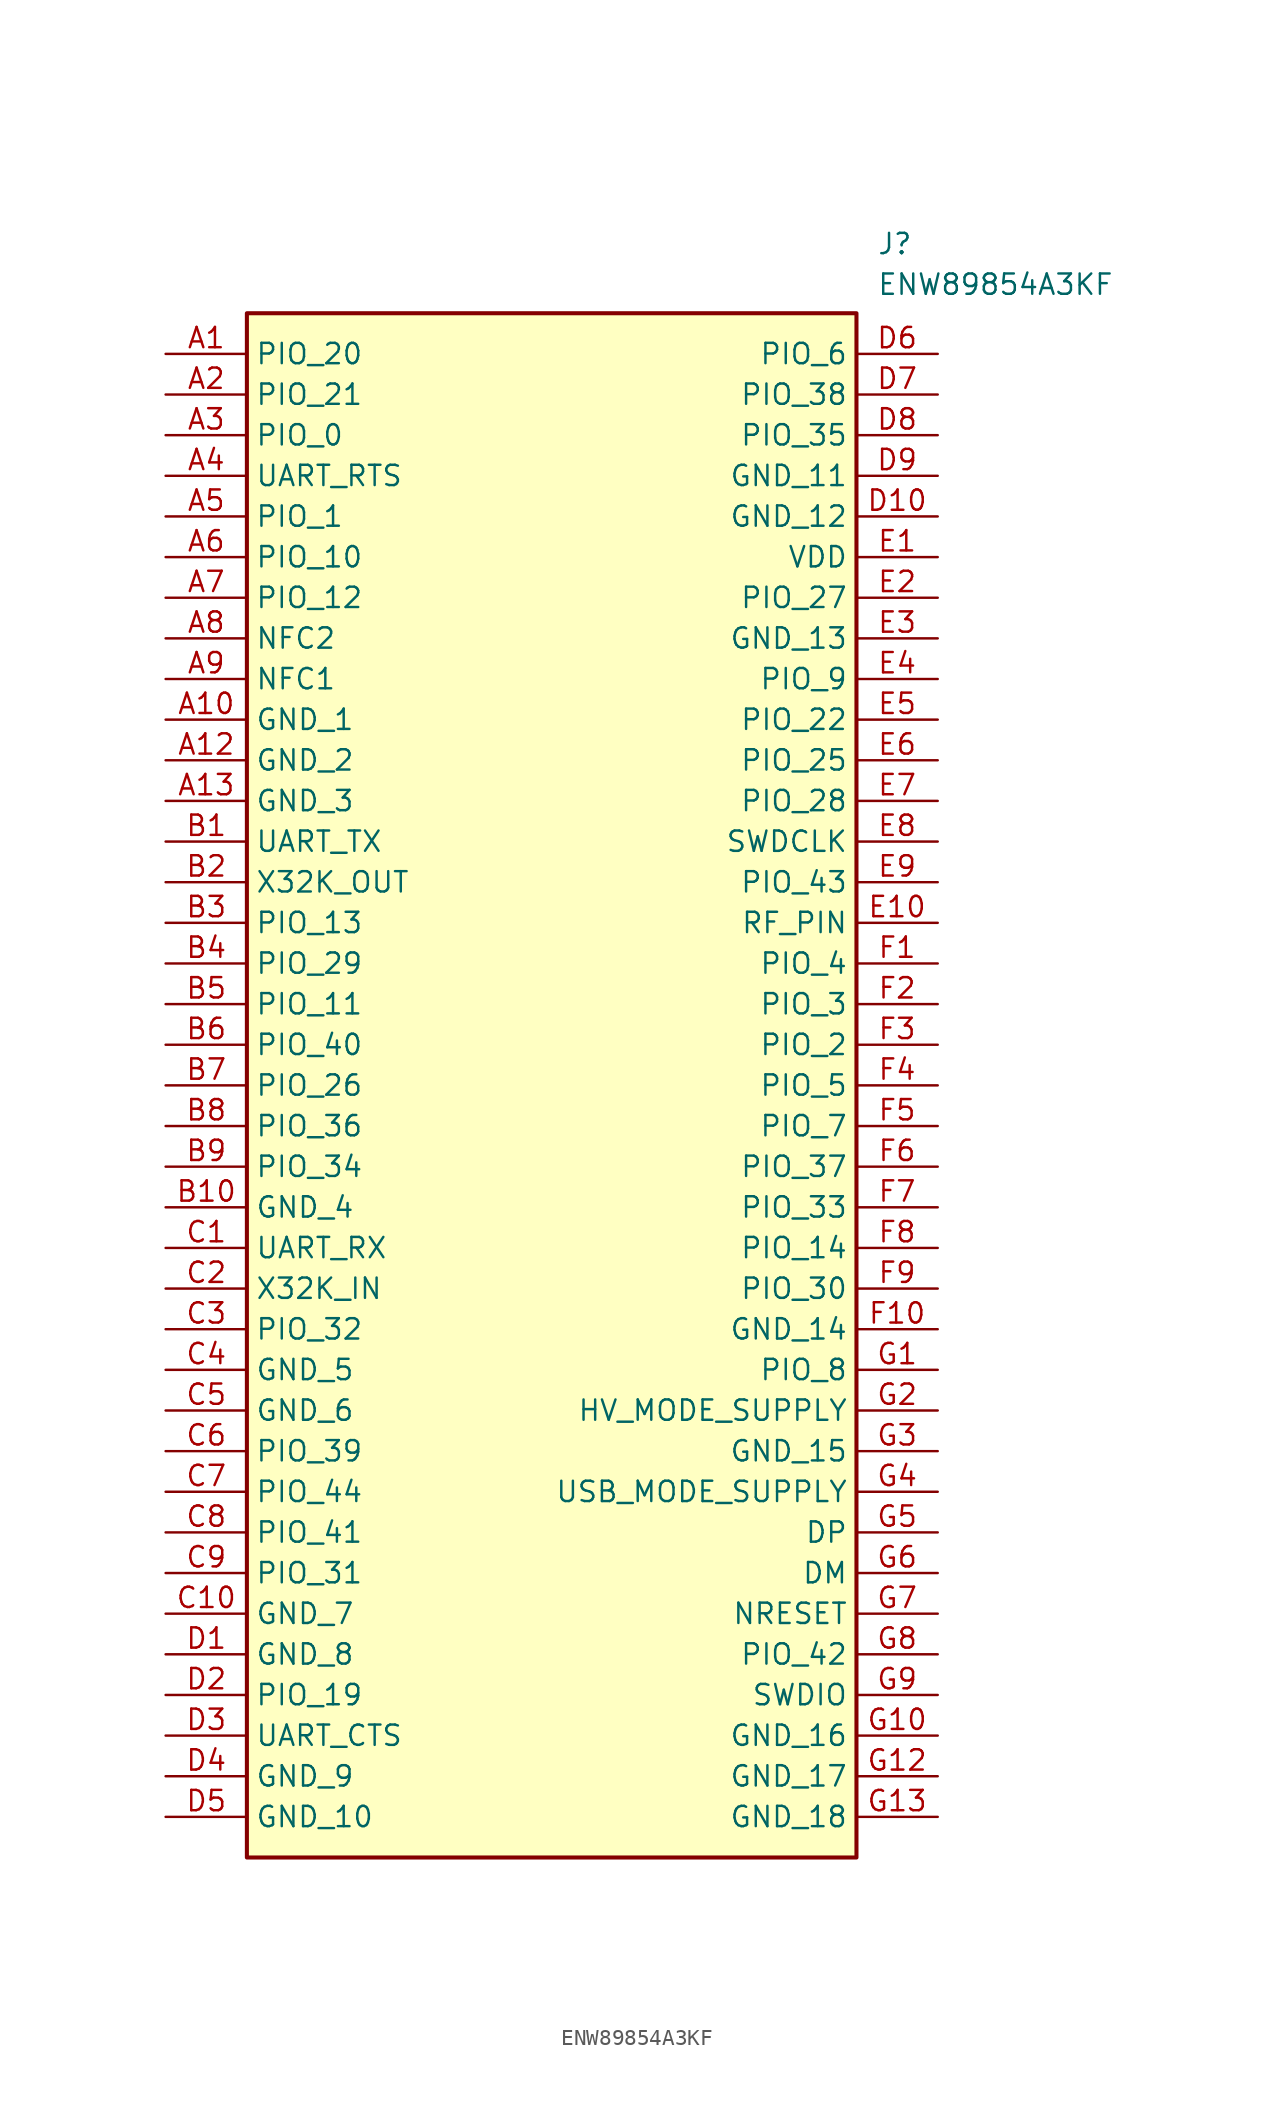
<source format=kicad_sym>
(kicad_symbol_lib
  (version 20211014)
  (generator SamacSys_ECAD_Model)
  (symbol "ENW89854A3KF"
    (property "Reference" "J"
      (at 44.45 7.62 0)
      (effects (font (size 1.27 1.27)) (justify left top)))
    (property "Value" "ENW89854A3KF"
      (at 44.45 5.08 0)
      (effects (font (size 1.27 1.27)) (justify left top)))
    (rectangle
      (start 5.08 2.54)
      (end 43.18 -93.98)
      (stroke (width 0.254) (type default))
      (fill (type background)))
    (pin passive line
      (at 0 0 0)
      (length 5.08)
      (name "PIO_20" (effects (font (size 1.27 1.27))))
      (number "A1" (effects (font (size 1.27 1.27)))))
    (pin passive line
      (at 0 -2.54 0)
      (length 5.08)
      (name "PIO_21" (effects (font (size 1.27 1.27))))
      (number "A2" (effects (font (size 1.27 1.27)))))
    (pin passive line
      (at 0 -5.08 0)
      (length 5.08)
      (name "PIO_0" (effects (font (size 1.27 1.27))))
      (number "A3" (effects (font (size 1.27 1.27)))))
    (pin passive line
      (at 0 -7.62 0)
      (length 5.08)
      (name "UART_RTS" (effects (font (size 1.27 1.27))))
      (number "A4" (effects (font (size 1.27 1.27)))))
    (pin passive line
      (at 0 -10.16 0)
      (length 5.08)
      (name "PIO_1" (effects (font (size 1.27 1.27))))
      (number "A5" (effects (font (size 1.27 1.27)))))
    (pin passive line
      (at 0 -12.7 0)
      (length 5.08)
      (name "PIO_10" (effects (font (size 1.27 1.27))))
      (number "A6" (effects (font (size 1.27 1.27)))))
    (pin passive line
      (at 0 -15.24 0)
      (length 5.08)
      (name "PIO_12" (effects (font (size 1.27 1.27))))
      (number "A7" (effects (font (size 1.27 1.27)))))
    (pin passive line
      (at 0 -17.78 0)
      (length 5.08)
      (name "NFC2" (effects (font (size 1.27 1.27))))
      (number "A8" (effects (font (size 1.27 1.27)))))
    (pin passive line
      (at 0 -20.32 0)
      (length 5.08)
      (name "NFC1" (effects (font (size 1.27 1.27))))
      (number "A9" (effects (font (size 1.27 1.27)))))
    (pin passive line
      (at 0 -22.86 0)
      (length 5.08)
      (name "GND_1" (effects (font (size 1.27 1.27))))
      (number "A10" (effects (font (size 1.27 1.27)))))
    (pin passive line
      (at 0 -25.4 0)
      (length 5.08)
      (name "GND_2" (effects (font (size 1.27 1.27))))
      (number "A12" (effects (font (size 1.27 1.27)))))
    (pin passive line
      (at 0 -27.94 0)
      (length 5.08)
      (name "GND_3" (effects (font (size 1.27 1.27))))
      (number "A13" (effects (font (size 1.27 1.27)))))
    (pin passive line
      (at 0 -30.48 0)
      (length 5.08)
      (name "UART_TX" (effects (font (size 1.27 1.27))))
      (number "B1" (effects (font (size 1.27 1.27)))))
    (pin passive line
      (at 0 -33.02 0)
      (length 5.08)
      (name "X32K_OUT" (effects (font (size 1.27 1.27))))
      (number "B2" (effects (font (size 1.27 1.27)))))
    (pin passive line
      (at 0 -35.56 0)
      (length 5.08)
      (name "PIO_13" (effects (font (size 1.27 1.27))))
      (number "B3" (effects (font (size 1.27 1.27)))))
    (pin passive line
      (at 0 -38.1 0)
      (length 5.08)
      (name "PIO_29" (effects (font (size 1.27 1.27))))
      (number "B4" (effects (font (size 1.27 1.27)))))
    (pin passive line
      (at 0 -40.64 0)
      (length 5.08)
      (name "PIO_11" (effects (font (size 1.27 1.27))))
      (number "B5" (effects (font (size 1.27 1.27)))))
    (pin passive line
      (at 0 -43.18 0)
      (length 5.08)
      (name "PIO_40" (effects (font (size 1.27 1.27))))
      (number "B6" (effects (font (size 1.27 1.27)))))
    (pin passive line
      (at 0 -45.72 0)
      (length 5.08)
      (name "PIO_26" (effects (font (size 1.27 1.27))))
      (number "B7" (effects (font (size 1.27 1.27)))))
    (pin passive line
      (at 0 -48.26 0)
      (length 5.08)
      (name "PIO_36" (effects (font (size 1.27 1.27))))
      (number "B8" (effects (font (size 1.27 1.27)))))
    (pin passive line
      (at 0 -50.8 0)
      (length 5.08)
      (name "PIO_34" (effects (font (size 1.27 1.27))))
      (number "B9" (effects (font (size 1.27 1.27)))))
    (pin passive line
      (at 0 -53.34 0)
      (length 5.08)
      (name "GND_4" (effects (font (size 1.27 1.27))))
      (number "B10" (effects (font (size 1.27 1.27)))))
    (pin passive line
      (at 0 -55.88 0)
      (length 5.08)
      (name "UART_RX" (effects (font (size 1.27 1.27))))
      (number "C1" (effects (font (size 1.27 1.27)))))
    (pin passive line
      (at 0 -58.42 0)
      (length 5.08)
      (name "X32K_IN" (effects (font (size 1.27 1.27))))
      (number "C2" (effects (font (size 1.27 1.27)))))
    (pin passive line
      (at 0 -60.96 0)
      (length 5.08)
      (name "PIO_32" (effects (font (size 1.27 1.27))))
      (number "C3" (effects (font (size 1.27 1.27)))))
    (pin passive line
      (at 0 -63.5 0)
      (length 5.08)
      (name "GND_5" (effects (font (size 1.27 1.27))))
      (number "C4" (effects (font (size 1.27 1.27)))))
    (pin passive line
      (at 0 -66.04 0)
      (length 5.08)
      (name "GND_6" (effects (font (size 1.27 1.27))))
      (number "C5" (effects (font (size 1.27 1.27)))))
    (pin passive line
      (at 0 -68.58 0)
      (length 5.08)
      (name "PIO_39" (effects (font (size 1.27 1.27))))
      (number "C6" (effects (font (size 1.27 1.27)))))
    (pin passive line
      (at 0 -71.12 0)
      (length 5.08)
      (name "PIO_44" (effects (font (size 1.27 1.27))))
      (number "C7" (effects (font (size 1.27 1.27)))))
    (pin passive line
      (at 0 -73.66 0)
      (length 5.08)
      (name "PIO_41" (effects (font (size 1.27 1.27))))
      (number "C8" (effects (font (size 1.27 1.27)))))
    (pin passive line
      (at 0 -76.2 0)
      (length 5.08)
      (name "PIO_31" (effects (font (size 1.27 1.27))))
      (number "C9" (effects (font (size 1.27 1.27)))))
    (pin passive line
      (at 0 -78.74 0)
      (length 5.08)
      (name "GND_7" (effects (font (size 1.27 1.27))))
      (number "C10" (effects (font (size 1.27 1.27)))))
    (pin passive line
      (at 0 -81.28 0)
      (length 5.08)
      (name "GND_8" (effects (font (size 1.27 1.27))))
      (number "D1" (effects (font (size 1.27 1.27)))))
    (pin passive line
      (at 0 -83.82 0)
      (length 5.08)
      (name "PIO_19" (effects (font (size 1.27 1.27))))
      (number "D2" (effects (font (size 1.27 1.27)))))
    (pin passive line
      (at 0 -86.36 0)
      (length 5.08)
      (name "UART_CTS" (effects (font (size 1.27 1.27))))
      (number "D3" (effects (font (size 1.27 1.27)))))
    (pin passive line
      (at 0 -88.9 0)
      (length 5.08)
      (name "GND_9" (effects (font (size 1.27 1.27))))
      (number "D4" (effects (font (size 1.27 1.27)))))
    (pin passive line
      (at 0 -91.44 0)
      (length 5.08)
      (name "GND_10" (effects (font (size 1.27 1.27))))
      (number "D5" (effects (font (size 1.27 1.27)))))
    (pin passive line
      (at 48.26 0 180)
      (length 5.08)
      (name "PIO_6" (effects (font (size 1.27 1.27))))
      (number "D6" (effects (font (size 1.27 1.27)))))
    (pin passive line
      (at 48.26 -2.54 180)
      (length 5.08)
      (name "PIO_38" (effects (font (size 1.27 1.27))))
      (number "D7" (effects (font (size 1.27 1.27)))))
    (pin passive line
      (at 48.26 -5.08 180)
      (length 5.08)
      (name "PIO_35" (effects (font (size 1.27 1.27))))
      (number "D8" (effects (font (size 1.27 1.27)))))
    (pin passive line
      (at 48.26 -7.62 180)
      (length 5.08)
      (name "GND_11" (effects (font (size 1.27 1.27))))
      (number "D9" (effects (font (size 1.27 1.27)))))
    (pin passive line
      (at 48.26 -10.16 180)
      (length 5.08)
      (name "GND_12" (effects (font (size 1.27 1.27))))
      (number "D10" (effects (font (size 1.27 1.27)))))
    (pin passive line
      (at 48.26 -12.7 180)
      (length 5.08)
      (name "VDD" (effects (font (size 1.27 1.27))))
      (number "E1" (effects (font (size 1.27 1.27)))))
    (pin passive line
      (at 48.26 -15.24 180)
      (length 5.08)
      (name "PIO_27" (effects (font (size 1.27 1.27))))
      (number "E2" (effects (font (size 1.27 1.27)))))
    (pin passive line
      (at 48.26 -17.78 180)
      (length 5.08)
      (name "GND_13" (effects (font (size 1.27 1.27))))
      (number "E3" (effects (font (size 1.27 1.27)))))
    (pin passive line
      (at 48.26 -20.32 180)
      (length 5.08)
      (name "PIO_9" (effects (font (size 1.27 1.27))))
      (number "E4" (effects (font (size 1.27 1.27)))))
    (pin passive line
      (at 48.26 -22.86 180)
      (length 5.08)
      (name "PIO_22" (effects (font (size 1.27 1.27))))
      (number "E5" (effects (font (size 1.27 1.27)))))
    (pin passive line
      (at 48.26 -25.4 180)
      (length 5.08)
      (name "PIO_25" (effects (font (size 1.27 1.27))))
      (number "E6" (effects (font (size 1.27 1.27)))))
    (pin passive line
      (at 48.26 -27.94 180)
      (length 5.08)
      (name "PIO_28" (effects (font (size 1.27 1.27))))
      (number "E7" (effects (font (size 1.27 1.27)))))
    (pin passive line
      (at 48.26 -30.48 180)
      (length 5.08)
      (name "SWDCLK" (effects (font (size 1.27 1.27))))
      (number "E8" (effects (font (size 1.27 1.27)))))
    (pin passive line
      (at 48.26 -33.02 180)
      (length 5.08)
      (name "PIO_43" (effects (font (size 1.27 1.27))))
      (number "E9" (effects (font (size 1.27 1.27)))))
    (pin passive line
      (at 48.26 -35.56 180)
      (length 5.08)
      (name "RF_PIN" (effects (font (size 1.27 1.27))))
      (number "E10" (effects (font (size 1.27 1.27)))))
    (pin passive line
      (at 48.26 -38.1 180)
      (length 5.08)
      (name "PIO_4" (effects (font (size 1.27 1.27))))
      (number "F1" (effects (font (size 1.27 1.27)))))
    (pin passive line
      (at 48.26 -40.64 180)
      (length 5.08)
      (name "PIO_3" (effects (font (size 1.27 1.27))))
      (number "F2" (effects (font (size 1.27 1.27)))))
    (pin passive line
      (at 48.26 -43.18 180)
      (length 5.08)
      (name "PIO_2" (effects (font (size 1.27 1.27))))
      (number "F3" (effects (font (size 1.27 1.27)))))
    (pin passive line
      (at 48.26 -45.72 180)
      (length 5.08)
      (name "PIO_5" (effects (font (size 1.27 1.27))))
      (number "F4" (effects (font (size 1.27 1.27)))))
    (pin passive line
      (at 48.26 -48.26 180)
      (length 5.08)
      (name "PIO_7" (effects (font (size 1.27 1.27))))
      (number "F5" (effects (font (size 1.27 1.27)))))
    (pin passive line
      (at 48.26 -50.8 180)
      (length 5.08)
      (name "PIO_37" (effects (font (size 1.27 1.27))))
      (number "F6" (effects (font (size 1.27 1.27)))))
    (pin passive line
      (at 48.26 -53.34 180)
      (length 5.08)
      (name "PIO_33" (effects (font (size 1.27 1.27))))
      (number "F7" (effects (font (size 1.27 1.27)))))
    (pin passive line
      (at 48.26 -55.88 180)
      (length 5.08)
      (name "PIO_14" (effects (font (size 1.27 1.27))))
      (number "F8" (effects (font (size 1.27 1.27)))))
    (pin passive line
      (at 48.26 -58.42 180)
      (length 5.08)
      (name "PIO_30" (effects (font (size 1.27 1.27))))
      (number "F9" (effects (font (size 1.27 1.27)))))
    (pin passive line
      (at 48.26 -60.96 180)
      (length 5.08)
      (name "GND_14" (effects (font (size 1.27 1.27))))
      (number "F10" (effects (font (size 1.27 1.27)))))
    (pin passive line
      (at 48.26 -63.5 180)
      (length 5.08)
      (name "PIO_8" (effects (font (size 1.27 1.27))))
      (number "G1" (effects (font (size 1.27 1.27)))))
    (pin passive line
      (at 48.26 -66.04 180)
      (length 5.08)
      (name "HV_MODE_SUPPLY" (effects (font (size 1.27 1.27))))
      (number "G2" (effects (font (size 1.27 1.27)))))
    (pin passive line
      (at 48.26 -68.58 180)
      (length 5.08)
      (name "GND_15" (effects (font (size 1.27 1.27))))
      (number "G3" (effects (font (size 1.27 1.27)))))
    (pin passive line
      (at 48.26 -71.12 180)
      (length 5.08)
      (name "USB_MODE_SUPPLY" (effects (font (size 1.27 1.27))))
      (number "G4" (effects (font (size 1.27 1.27)))))
    (pin passive line
      (at 48.26 -73.66 180)
      (length 5.08)
      (name "DP" (effects (font (size 1.27 1.27))))
      (number "G5" (effects (font (size 1.27 1.27)))))
    (pin passive line
      (at 48.26 -76.2 180)
      (length 5.08)
      (name "DM" (effects (font (size 1.27 1.27))))
      (number "G6" (effects (font (size 1.27 1.27)))))
    (pin passive line
      (at 48.26 -78.74 180)
      (length 5.08)
      (name "NRESET" (effects (font (size 1.27 1.27))))
      (number "G7" (effects (font (size 1.27 1.27)))))
    (pin passive line
      (at 48.26 -81.28 180)
      (length 5.08)
      (name "PIO_42" (effects (font (size 1.27 1.27))))
      (number "G8" (effects (font (size 1.27 1.27)))))
    (pin passive line
      (at 48.26 -83.82 180)
      (length 5.08)
      (name "SWDIO" (effects (font (size 1.27 1.27))))
      (number "G9" (effects (font (size 1.27 1.27)))))
    (pin passive line
      (at 48.26 -86.36 180)
      (length 5.08)
      (name "GND_16" (effects (font (size 1.27 1.27))))
      (number "G10" (effects (font (size 1.27 1.27)))))
    (pin passive line
      (at 48.26 -88.9 180)
      (length 5.08)
      (name "GND_17" (effects (font (size 1.27 1.27))))
      (number "G12" (effects (font (size 1.27 1.27)))))
    (pin passive line
      (at 48.26 -91.44 180)
      (length 5.08)
      (name "GND_18" (effects (font (size 1.27 1.27))))
      (number "G13" (effects (font (size 1.27 1.27)))))))
</source>
